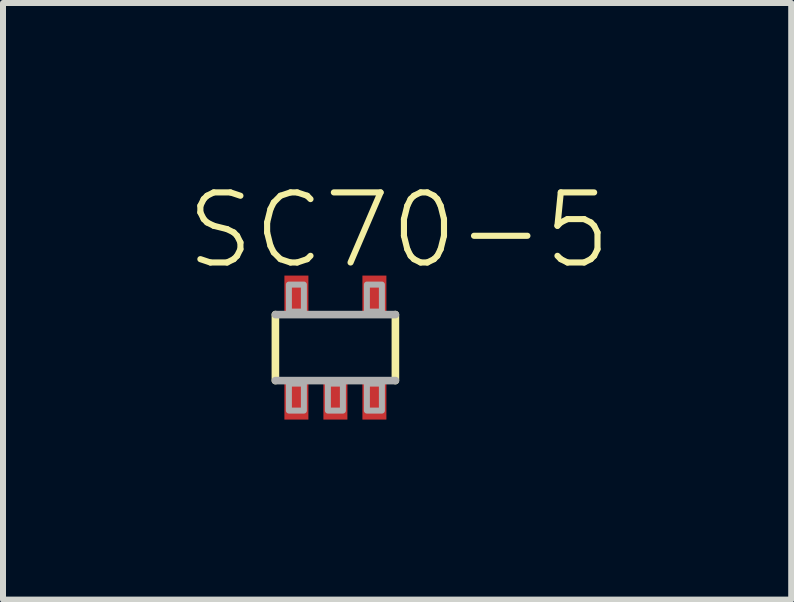
<source format=kicad_pcb>
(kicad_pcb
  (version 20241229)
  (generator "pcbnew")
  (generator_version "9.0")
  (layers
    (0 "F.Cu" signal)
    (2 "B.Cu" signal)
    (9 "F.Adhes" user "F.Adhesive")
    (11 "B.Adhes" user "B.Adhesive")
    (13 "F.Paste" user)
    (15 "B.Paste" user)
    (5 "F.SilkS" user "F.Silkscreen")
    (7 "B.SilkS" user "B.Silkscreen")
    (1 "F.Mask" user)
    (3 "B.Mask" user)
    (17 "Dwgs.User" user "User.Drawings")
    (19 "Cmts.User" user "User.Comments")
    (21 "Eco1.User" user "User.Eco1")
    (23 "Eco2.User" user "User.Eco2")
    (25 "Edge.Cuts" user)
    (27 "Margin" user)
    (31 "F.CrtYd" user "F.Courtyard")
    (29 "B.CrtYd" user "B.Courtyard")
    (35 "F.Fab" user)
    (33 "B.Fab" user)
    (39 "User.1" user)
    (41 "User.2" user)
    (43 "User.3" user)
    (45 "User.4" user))
  (footprint "SC70-5"
    (layer "F.Cu")
    (at 2.54 2.743)
    (property "Reference" "SC70-5" (at -2.54 -1.27 0) (layer "F.SilkS") (effects (font (size 1.168 1.168) (thickness 0.102)) (justify left bottom)))
    (fp_line (start -1 -0.55) (end -1 0.55) (stroke (width 0.127) (type solid)) (layer "F.SilkS"))
    (fp_line (start 1 0.55) (end 1 -0.55) (stroke (width 0.127) (type solid)) (layer "F.SilkS"))
    (fp_line (start -1 0.55) (end 1 0.55) (stroke (width 0.127) (type solid)) (layer "F.Fab"))
    (fp_line (start 1 -0.55) (end -1 -0.55) (stroke (width 0.127) (type solid)) (layer "F.Fab"))
    (fp_poly (pts (xy -0.775 -0.6) (xy -0.525 -0.6) (xy -0.525 -1.05) (xy -0.775 -1.05)) (stroke (width 0.1) (type default)) (fill no) (layer "F.Fab"))
    (fp_poly (pts (xy -0.775 1.05) (xy -0.525 1.05) (xy -0.525 0.6) (xy -0.775 0.6)) (stroke (width 0.1) (type default)) (fill no) (layer "F.Fab"))
    (fp_poly (pts (xy -0.125 1.05) (xy 0.125 1.05) (xy 0.125 0.6) (xy -0.125 0.6)) (stroke (width 0.1) (type default)) (fill no) (layer "F.Fab"))
    (fp_poly (pts (xy 0.525 -0.6) (xy 0.775 -0.6) (xy 0.775 -1.05) (xy 0.525 -1.05)) (stroke (width 0.1) (type default)) (fill no) (layer "F.Fab"))
    (fp_poly (pts (xy 0.525 1.05) (xy 0.775 1.05) (xy 0.775 0.6) (xy 0.525 0.6)) (stroke (width 0.1) (type default)) (fill no) (layer "F.Fab"))
    (pad "1" smd rect (at -0.65 0.85) (size 0.4 0.7) (layers "F.Cu" "F.Mask" "F.Paste"))
    (pad "2" smd rect (at 0 0.85) (size 0.4 0.7) (layers "F.Cu" "F.Mask" "F.Paste"))
    (pad "3" smd rect (at 0.65 0.85) (size 0.4 0.7) (layers "F.Cu" "F.Mask" "F.Paste"))
    (pad "4" smd rect (at 0.65 -0.85) (size 0.4 0.7) (layers "F.Cu" "F.Mask" "F.Paste"))
    (pad "5" smd rect (at -0.65 -0.85) (size 0.4 0.7) (layers "F.Cu" "F.Mask" "F.Paste")))
  (gr_rect
    (start -3 -3)
    (end 10.137 6.943)
    (stroke (width 0.1) (type default))
    (fill no)
    (layer "Edge.Cuts")))
</source>
